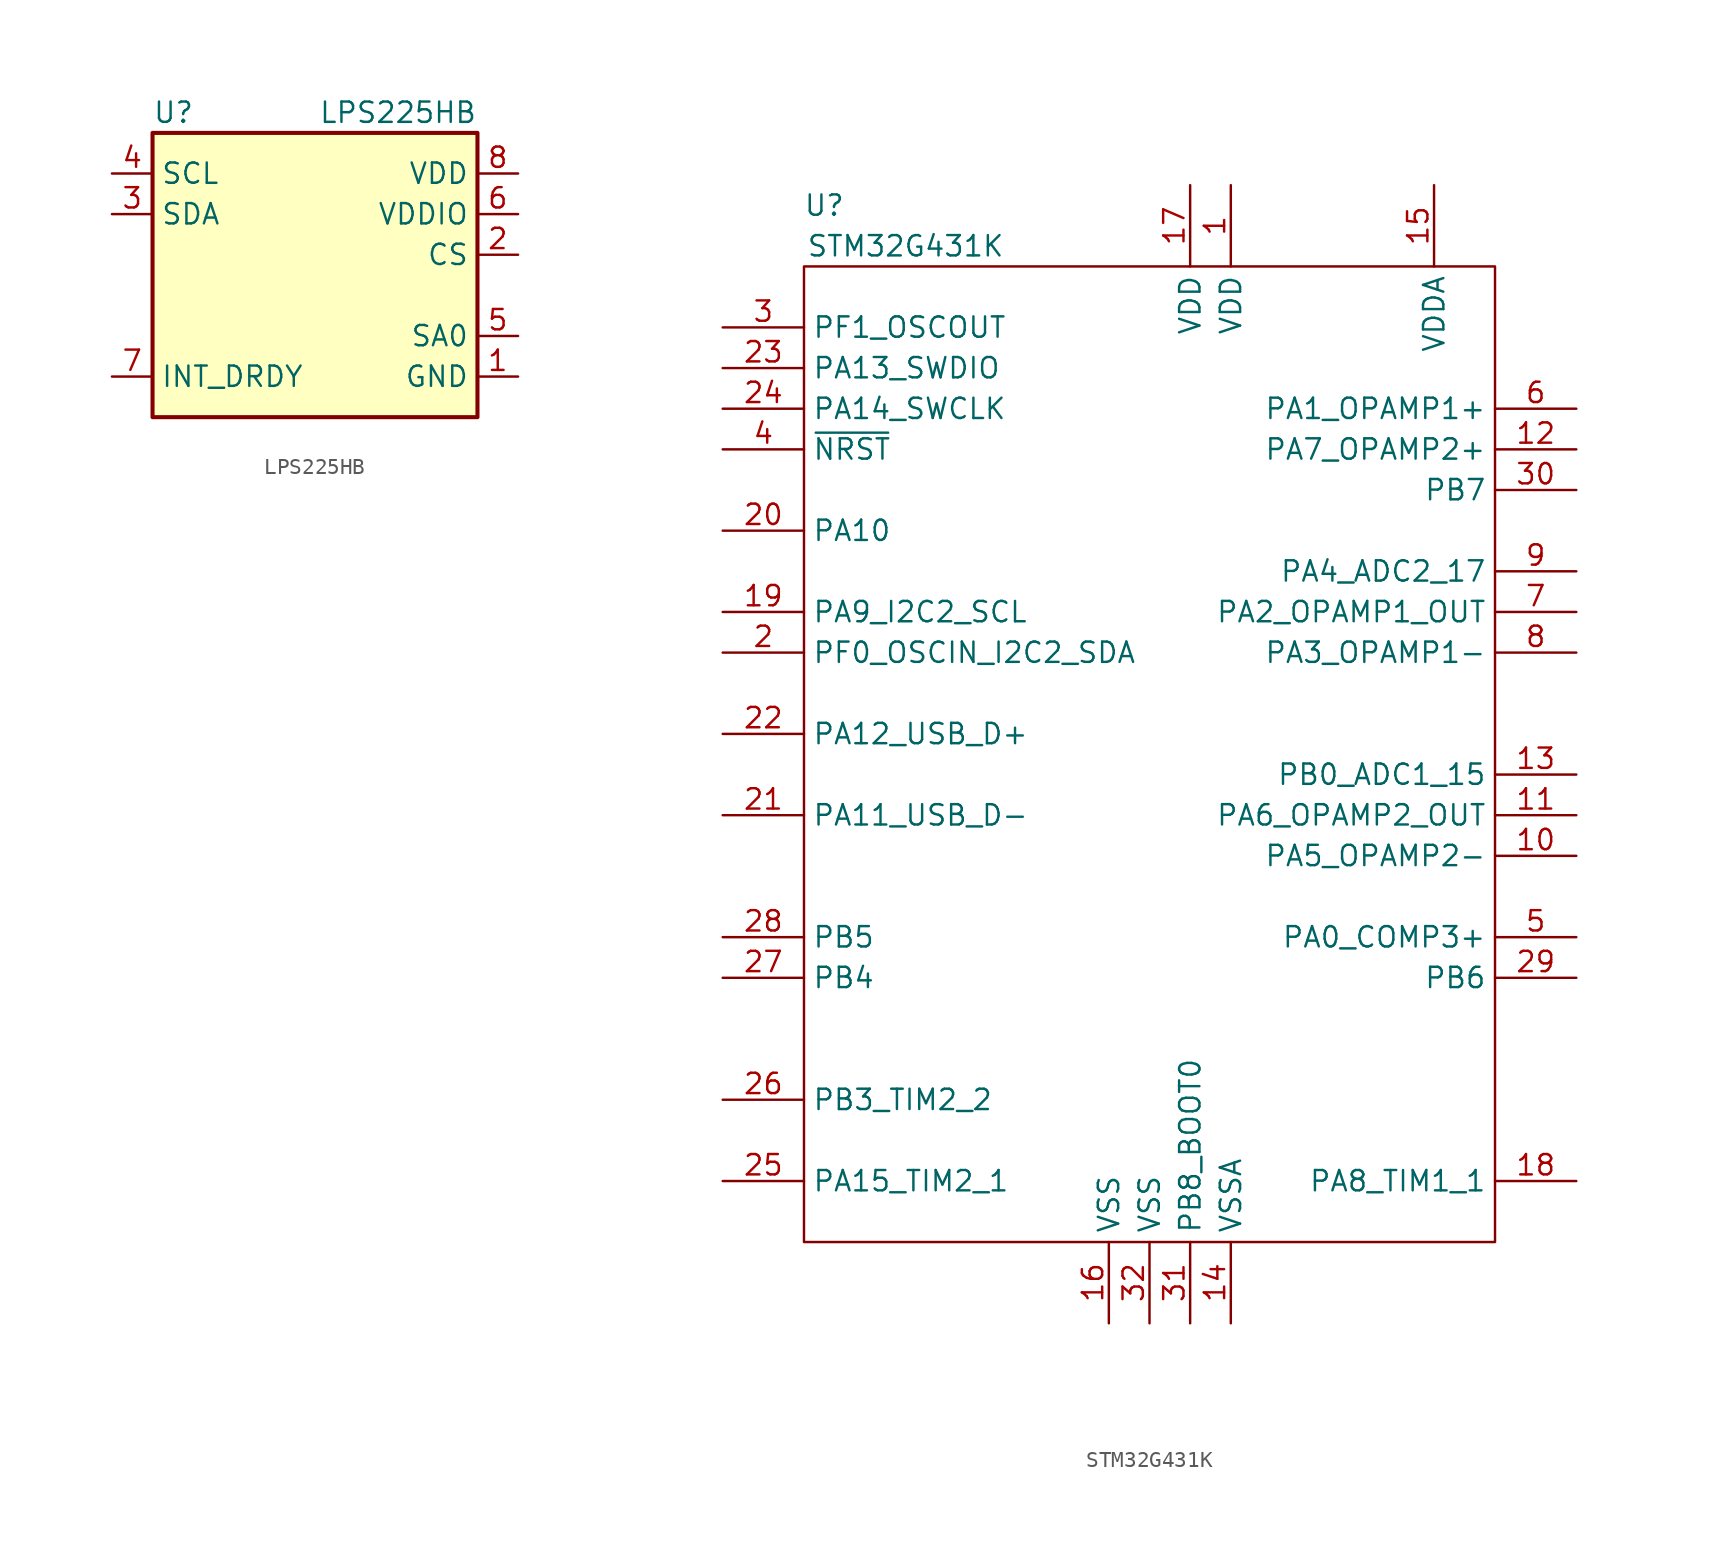
<source format=kicad_sym>
(kicad_symbol_lib
  (version 20200126)
  (host kicad_symbol_editor "(5.99.0-2195-g476558ece)")
  (symbol "STMicroelectronics:LPS225HB"
    (pin_names
      (offset 0.508))
    (property "Reference" "U"
      (at -10.16 8.89 0)
      (effects (font (size 1.27 1.27)) (justify left)))
    (property "Value" "LPS225HB"
      (at 10.16 8.89 0)
      (effects (font (size 1.27 1.27)) (justify right)))
    (symbol "LPS225HB_0_1"
      (rectangle (start -10.16 7.62) (end 10.16 -10.16) (stroke (width 0.254)) (fill (type background))))
    (symbol "LPS225HB_1_1"
      (pin power_in line (at 12.7 -7.62 180) (length 2.54) (name "GND" (effects (font (size 1.27 1.27)))) (number "1" (effects (font (size 1.27 1.27)))))
      (pin input line (at 12.7 0 180) (length 2.54) (name "CS" (effects (font (size 1.27 1.27)))) (number "2" (effects (font (size 1.27 1.27)))))
      (pin input line (at -12.7 2.54 0) (length 2.54) (name "SDA" (effects (font (size 1.27 1.27)))) (number "3" (effects (font (size 1.27 1.27)))))
      (pin input line (at -12.7 5.08 0) (length 2.54) (name "SCL" (effects (font (size 1.27 1.27)))) (number "4" (effects (font (size 1.27 1.27)))))
      (pin input line (at 12.7 -5.08 180) (length 2.54) (name "SA0" (effects (font (size 1.27 1.27)))) (number "5" (effects (font (size 1.27 1.27)))))
      (pin power_in line (at 12.7 2.54 180) (length 2.54) (name "VDDIO" (effects (font (size 1.27 1.27)))) (number "6" (effects (font (size 1.27 1.27)))))
      (pin output line (at -12.7 -7.62 0) (length 2.54) (name "INT_DRDY" (effects (font (size 1.27 1.27)))) (number "7" (effects (font (size 1.27 1.27)))))
      (pin power_in line (at 12.7 5.08 180) (length 2.54) (name "VDD" (effects (font (size 1.27 1.27)))) (number "8" (effects (font (size 1.27 1.27)))))))
  (symbol "STMicroelectronics:STM32G431K"
    (property "Reference" "U"
      (at -20.32 34.29 0)
      (effects (font (size 1.27 1.27))))
    (property "Value" "STM32G431K"
      (at -15.24 31.75 0)
      (effects (font (size 1.27 1.27))))
    (symbol "STM32G431K_1_0"
      (rectangle (start -21.59 -30.48) (end 21.59 30.48) (stroke (width 0)) (fill (type none))))
    (symbol "STM32G431K_1_1"
      (pin power_in line (at 5.08 35.56 270) (length 5.08) (name "VDD" (effects (font (size 1.27 1.27)))) (number "1" (effects (font (size 1.27 1.27)))))
      (pin input line (at 26.67 -6.35 180) (length 5.08) (name "PA5_OPAMP2-" (effects (font (size 1.27 1.27)))) (number "10" (effects (font (size 1.27 1.27)))))
      (pin input line (at 26.67 -3.81 180) (length 5.08) (name "PA6_OPAMP2_OUT" (effects (font (size 1.27 1.27)))) (number "11" (effects (font (size 1.27 1.27)))))
      (pin input line (at 26.67 19.05 180) (length 5.08) (name "PA7_OPAMP2+" (effects (font (size 1.27 1.27)))) (number "12" (effects (font (size 1.27 1.27)))))
      (pin input line (at 26.67 -1.27 180) (length 5.08) (name "PB0_ADC1_15" (effects (font (size 1.27 1.27)))) (number "13" (effects (font (size 1.27 1.27)))))
      (pin power_in line (at 5.08 -35.56 90) (length 5.08) (name "VSSA" (effects (font (size 1.27 1.27)))) (number "14" (effects (font (size 1.27 1.27)))))
      (pin power_in line (at 17.78 35.56 270) (length 5.08) (name "VDDA" (effects (font (size 1.27 1.27)))) (number "15" (effects (font (size 1.27 1.27)))))
      (pin power_in line (at -2.54 -35.56 90) (length 5.08) (name "VSS" (effects (font (size 1.27 1.27)))) (number "16" (effects (font (size 1.27 1.27)))))
      (pin power_in line (at 2.54 35.56 270) (length 5.08) (name "VDD" (effects (font (size 1.27 1.27)))) (number "17" (effects (font (size 1.27 1.27)))))
      (pin input line (at 26.67 -26.67 180) (length 5.08) (name "PA8_TIM1_1" (effects (font (size 1.27 1.27)))) (number "18" (effects (font (size 1.27 1.27)))))
      (pin input line (at -26.67 8.89 0) (length 5.08) (name "PA9_I2C2_SCL" (effects (font (size 1.27 1.27)))) (number "19" (effects (font (size 1.27 1.27)))))
      (pin input line (at -26.67 6.35 0) (length 5.08) (name "PF0_OSCIN_I2C2_SDA" (effects (font (size 1.27 1.27)))) (number "2" (effects (font (size 1.27 1.27)))))
      (pin input line (at -26.67 13.97 0) (length 5.08) (name "PA10" (effects (font (size 1.27 1.27)))) (number "20" (effects (font (size 1.27 1.27)))))
      (pin input line (at -26.67 -3.81 0) (length 5.08) (name "PA11_USB_D-" (effects (font (size 1.27 1.27)))) (number "21" (effects (font (size 1.27 1.27)))))
      (pin input line (at -26.67 1.27 0) (length 5.08) (name "PA12_USB_D+" (effects (font (size 1.27 1.27)))) (number "22" (effects (font (size 1.27 1.27)))))
      (pin input line (at -26.67 24.13 0) (length 5.08) (name "PA13_SWDIO" (effects (font (size 1.27 1.27)))) (number "23" (effects (font (size 1.27 1.27)))))
      (pin input line (at -26.67 21.59 0) (length 5.08) (name "PA14_SWCLK" (effects (font (size 1.27 1.27)))) (number "24" (effects (font (size 1.27 1.27)))))
      (pin input line (at -26.67 -26.67 0) (length 5.08) (name "PA15_TIM2_1" (effects (font (size 1.27 1.27)))) (number "25" (effects (font (size 1.27 1.27)))))
      (pin input line (at -26.67 -21.59 0) (length 5.08) (name "PB3_TIM2_2" (effects (font (size 1.27 1.27)))) (number "26" (effects (font (size 1.27 1.27)))))
      (pin input line (at -26.67 -13.97 0) (length 5.08) (name "PB4" (effects (font (size 1.27 1.27)))) (number "27" (effects (font (size 1.27 1.27)))))
      (pin input line (at -26.67 -11.43 0) (length 5.08) (name "PB5" (effects (font (size 1.27 1.27)))) (number "28" (effects (font (size 1.27 1.27)))))
      (pin input line (at 26.67 -13.97 180) (length 5.08) (name "PB6" (effects (font (size 1.27 1.27)))) (number "29" (effects (font (size 1.27 1.27)))))
      (pin input line (at -26.67 26.67 0) (length 5.08) (name "PF1_OSCOUT" (effects (font (size 1.27 1.27)))) (number "3" (effects (font (size 1.27 1.27)))))
      (pin input line (at 26.67 16.51 180) (length 5.08) (name "PB7" (effects (font (size 1.27 1.27)))) (number "30" (effects (font (size 1.27 1.27)))))
      (pin input line (at 2.54 -35.56 90) (length 5.08) (name "PB8_BOOT0" (effects (font (size 1.27 1.27)))) (number "31" (effects (font (size 1.27 1.27)))))
      (pin power_in line (at 0 -35.56 90) (length 5.08) (name "VSS" (effects (font (size 1.27 1.27)))) (number "32" (effects (font (size 1.27 1.27)))))
      (pin input line (at -26.67 19.05 0) (length 5.08) (name "~NRST" (effects (font (size 1.27 1.27)))) (number "4" (effects (font (size 1.27 1.27)))))
      (pin input line (at 26.67 -11.43 180) (length 5.08) (name "PA0_COMP3+" (effects (font (size 1.27 1.27)))) (number "5" (effects (font (size 1.27 1.27)))))
      (pin input line (at 26.67 21.59 180) (length 5.08) (name "PA1_OPAMP1+" (effects (font (size 1.27 1.27)))) (number "6" (effects (font (size 1.27 1.27)))))
      (pin input line (at 26.67 8.89 180) (length 5.08) (name "PA2_OPAMP1_OUT" (effects (font (size 1.27 1.27)))) (number "7" (effects (font (size 1.27 1.27)))))
      (pin input line (at 26.67 6.35 180) (length 5.08) (name "PA3_OPAMP1-" (effects (font (size 1.27 1.27)))) (number "8" (effects (font (size 1.27 1.27)))))
      (pin input line (at 26.67 11.43 180) (length 5.08) (name "PA4_ADC2_17" (effects (font (size 1.27 1.27)))) (number "9" (effects (font (size 1.27 1.27))))))))
</source>
